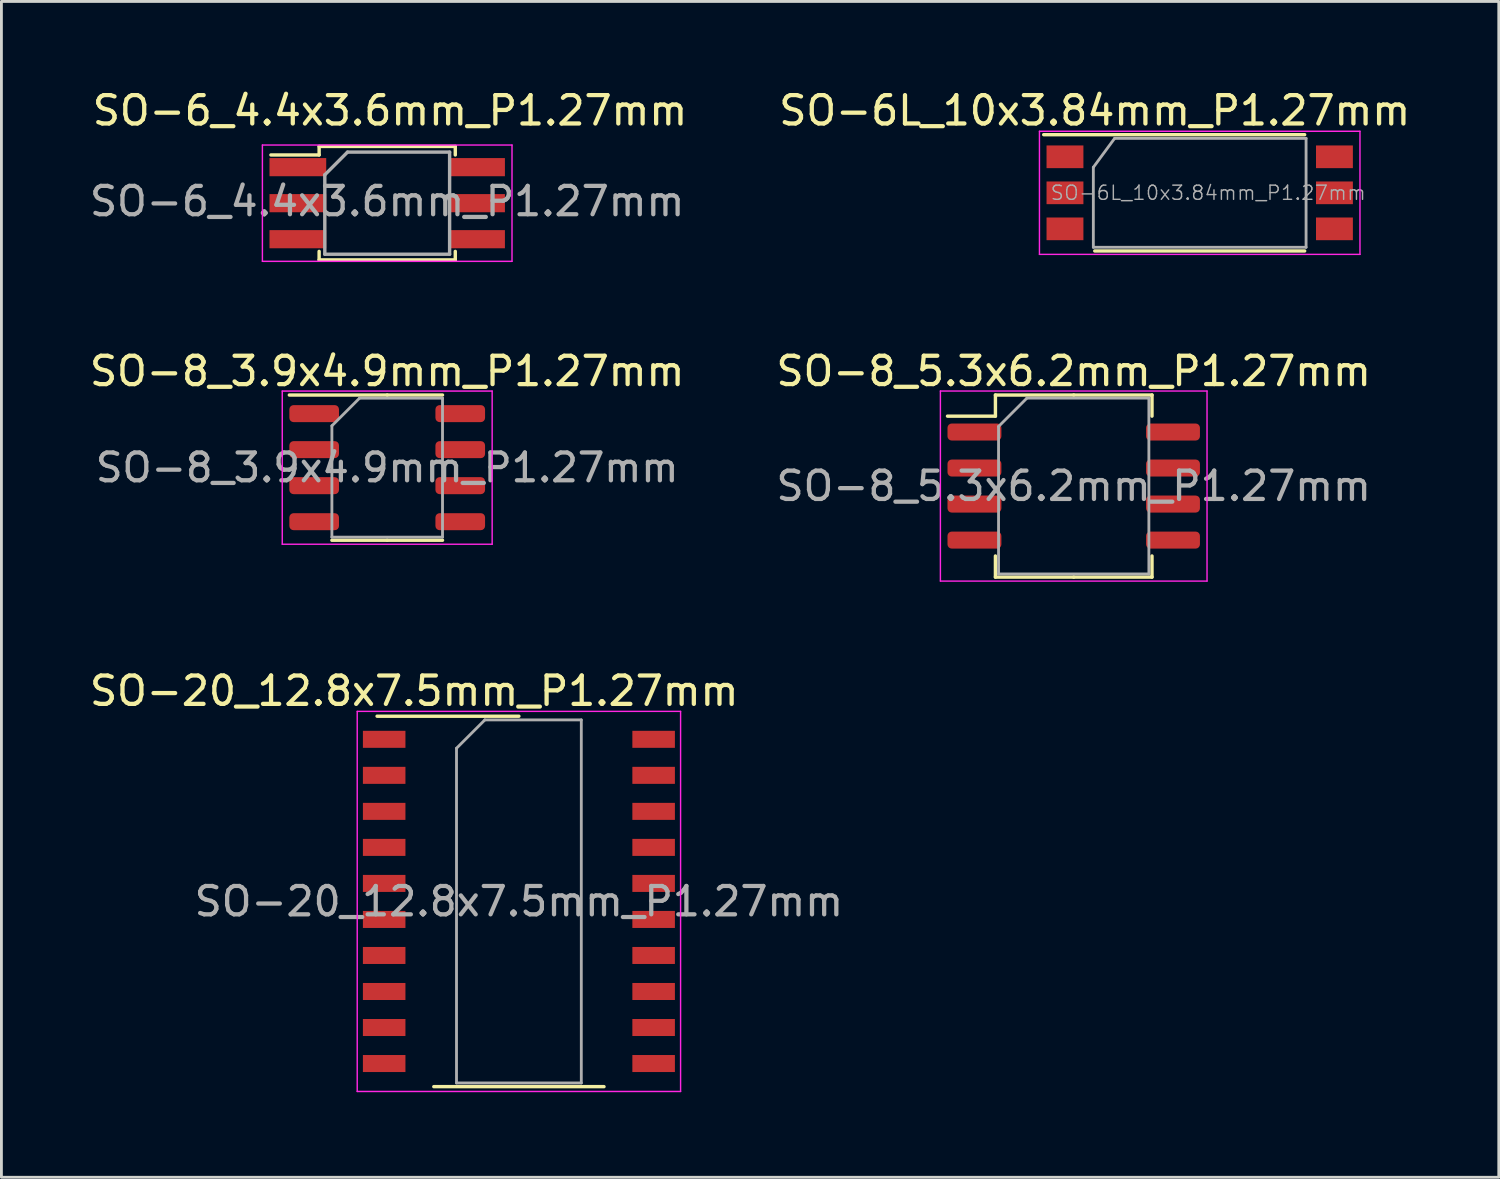
<source format=kicad_pcb>
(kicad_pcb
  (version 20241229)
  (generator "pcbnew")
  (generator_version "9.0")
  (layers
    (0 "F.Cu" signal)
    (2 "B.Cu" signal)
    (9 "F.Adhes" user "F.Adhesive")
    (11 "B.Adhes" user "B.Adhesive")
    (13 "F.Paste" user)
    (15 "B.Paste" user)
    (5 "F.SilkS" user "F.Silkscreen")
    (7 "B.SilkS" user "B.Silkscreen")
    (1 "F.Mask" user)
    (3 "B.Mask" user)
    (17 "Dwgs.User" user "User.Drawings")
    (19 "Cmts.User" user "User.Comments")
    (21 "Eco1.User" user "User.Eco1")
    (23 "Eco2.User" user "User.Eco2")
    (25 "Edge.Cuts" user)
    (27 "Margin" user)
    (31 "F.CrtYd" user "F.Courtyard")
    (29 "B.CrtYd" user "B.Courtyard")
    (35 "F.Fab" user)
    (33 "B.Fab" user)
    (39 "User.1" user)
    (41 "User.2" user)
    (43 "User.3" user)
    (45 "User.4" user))
  (footprint "SO-8_3.9x4.9mm_P1.27mm"
    (layer "F.Cu")
    (at 10.601 13.437)
    (property "Reference" "SO-8_3.9x4.9mm_P1.27mm" (at 0 -3.4 0) (layer "F.SilkS") (effects (font (size 1 1) (thickness 0.15))))
    (attr smd)
    (fp_line (start 0 -2.56) (end -3.45 -2.56) (stroke (width 0.12) (type solid)) (layer "F.SilkS"))
    (fp_line (start 0 -2.56) (end 1.95 -2.56) (stroke (width 0.12) (type solid)) (layer "F.SilkS"))
    (fp_line (start 0 2.56) (end -1.95 2.56) (stroke (width 0.12) (type solid)) (layer "F.SilkS"))
    (fp_line (start 0 2.56) (end 1.95 2.56) (stroke (width 0.12) (type solid)) (layer "F.SilkS"))
    (fp_line (start -3.7 -2.7) (end -3.7 2.7) (stroke (width 0.05) (type solid)) (layer "F.CrtYd"))
    (fp_line (start -3.7 2.7) (end 3.7 2.7) (stroke (width 0.05) (type solid)) (layer "F.CrtYd"))
    (fp_line (start 3.7 -2.7) (end -3.7 -2.7) (stroke (width 0.05) (type solid)) (layer "F.CrtYd"))
    (fp_line (start 3.7 2.7) (end 3.7 -2.7) (stroke (width 0.05) (type solid)) (layer "F.CrtYd"))
    (fp_line (start -1.95 -1.475) (end -0.975 -2.45) (stroke (width 0.1) (type solid)) (layer "F.Fab"))
    (fp_line (start -1.95 2.45) (end -1.95 -1.475) (stroke (width 0.1) (type solid)) (layer "F.Fab"))
    (fp_line (start -0.975 -2.45) (end 1.95 -2.45) (stroke (width 0.1) (type solid)) (layer "F.Fab"))
    (fp_line (start 1.95 -2.45) (end 1.95 2.45) (stroke (width 0.1) (type solid)) (layer "F.Fab"))
    (fp_line (start 1.95 2.45) (end -1.95 2.45) (stroke (width 0.1) (type solid)) (layer "F.Fab"))
    (fp_text user "${REFERENCE}" (at 0 0 0) (layer "F.Fab") (effects (font (size 0.98 0.98) (thickness 0.15))))
    (pad "1" smd roundrect (at -2.575 -1.905) (size 1.75 0.6) (layers "F.Cu" "F.Mask" "F.Paste") (roundrect_rratio 0.25))
    (pad "2" smd roundrect (at -2.575 -0.635) (size 1.75 0.6) (layers "F.Cu" "F.Mask" "F.Paste") (roundrect_rratio 0.25))
    (pad "3" smd roundrect (at -2.575 0.635) (size 1.75 0.6) (layers "F.Cu" "F.Mask" "F.Paste") (roundrect_rratio 0.25))
    (pad "4" smd roundrect (at -2.575 1.905) (size 1.75 0.6) (layers "F.Cu" "F.Mask" "F.Paste") (roundrect_rratio 0.25))
    (pad "5" smd roundrect (at 2.575 1.905) (size 1.75 0.6) (layers "F.Cu" "F.Mask" "F.Paste") (roundrect_rratio 0.25))
    (pad "6" smd roundrect (at 2.575 0.635) (size 1.75 0.6) (layers "F.Cu" "F.Mask" "F.Paste") (roundrect_rratio 0.25))
    (pad "7" smd roundrect (at 2.575 -0.635) (size 1.75 0.6) (layers "F.Cu" "F.Mask" "F.Paste") (roundrect_rratio 0.25))
    (pad "8" smd roundrect (at 2.575 -1.905) (size 1.75 0.6) (layers "F.Cu" "F.Mask" "F.Paste") (roundrect_rratio 0.25)))
  (footprint "SO-20_12.8x7.5mm_P1.27mm"
    (layer "F.Cu")
    (at 15.244 28.73)
    (property "Reference" "SO-20_12.8x7.5mm_P1.27mm" (at -3.69 -7.42 0) (layer "F.SilkS") (effects (font (size 1 1) (thickness 0.15))))
    (attr smd)
    (fp_line (start -5 -6.53) (end 0 -6.53) (stroke (width 0.12) (type solid)) (layer "F.SilkS"))
    (fp_line (start -3 6.53) (end 3 6.53) (stroke (width 0.12) (type solid)) (layer "F.SilkS"))
    (fp_line (start -5.7 -6.7) (end 5.7 -6.7) (stroke (width 0.05) (type solid)) (layer "F.CrtYd"))
    (fp_line (start -5.7 6.7) (end -5.7 -6.7) (stroke (width 0.05) (type solid)) (layer "F.CrtYd"))
    (fp_line (start 5.7 -6.7) (end 5.7 6.7) (stroke (width 0.05) (type solid)) (layer "F.CrtYd"))
    (fp_line (start 5.7 6.7) (end -5.7 6.7) (stroke (width 0.05) (type solid)) (layer "F.CrtYd"))
    (fp_line (start -2.2 -5.4) (end -1.2 -6.4) (stroke (width 0.1) (type solid)) (layer "F.Fab"))
    (fp_line (start -2.2 6.4) (end -2.2 -5.4) (stroke (width 0.1) (type solid)) (layer "F.Fab"))
    (fp_line (start -1.2 -6.4) (end 2.2 -6.4) (stroke (width 0.1) (type solid)) (layer "F.Fab"))
    (fp_line (start 2.2 -6.4) (end 2.2 6.4) (stroke (width 0.1) (type solid)) (layer "F.Fab"))
    (fp_line (start 2.2 6.4) (end -2.2 6.4) (stroke (width 0.1) (type solid)) (layer "F.Fab"))
    (fp_text user "${REFERENCE}" (at 0 0 0) (layer "F.Fab") (effects (font (size 1 1) (thickness 0.15))))
    (pad "1" smd rect (at -4.75 -5.715) (size 1.5 0.6) (layers "F.Cu" "F.Mask" "F.Paste"))
    (pad "2" smd rect (at -4.75 -4.445) (size 1.5 0.6) (layers "F.Cu" "F.Mask" "F.Paste"))
    (pad "3" smd rect (at -4.75 -3.175) (size 1.5 0.6) (layers "F.Cu" "F.Mask" "F.Paste"))
    (pad "4" smd rect (at -4.75 -1.905) (size 1.5 0.6) (layers "F.Cu" "F.Mask" "F.Paste"))
    (pad "5" smd rect (at -4.75 -0.635) (size 1.5 0.6) (layers "F.Cu" "F.Mask" "F.Paste"))
    (pad "6" smd rect (at -4.75 0.635) (size 1.5 0.6) (layers "F.Cu" "F.Mask" "F.Paste"))
    (pad "7" smd rect (at -4.75 1.905) (size 1.5 0.6) (layers "F.Cu" "F.Mask" "F.Paste"))
    (pad "8" smd rect (at -4.75 3.175) (size 1.5 0.6) (layers "F.Cu" "F.Mask" "F.Paste"))
    (pad "9" smd rect (at -4.75 4.445) (size 1.5 0.6) (layers "F.Cu" "F.Mask" "F.Paste"))
    (pad "10" smd rect (at -4.75 5.715) (size 1.5 0.6) (layers "F.Cu" "F.Mask" "F.Paste"))
    (pad "11" smd rect (at 4.75 5.715) (size 1.5 0.6) (layers "F.Cu" "F.Mask" "F.Paste"))
    (pad "12" smd rect (at 4.75 4.445) (size 1.5 0.6) (layers "F.Cu" "F.Mask" "F.Paste"))
    (pad "13" smd rect (at 4.75 3.175) (size 1.5 0.6) (layers "F.Cu" "F.Mask" "F.Paste"))
    (pad "14" smd rect (at 4.75 1.905) (size 1.5 0.6) (layers "F.Cu" "F.Mask" "F.Paste"))
    (pad "15" smd rect (at 4.75 0.635) (size 1.5 0.6) (layers "F.Cu" "F.Mask" "F.Paste"))
    (pad "16" smd rect (at 4.75 -0.635) (size 1.5 0.6) (layers "F.Cu" "F.Mask" "F.Paste"))
    (pad "17" smd rect (at 4.75 -1.905) (size 1.5 0.6) (layers "F.Cu" "F.Mask" "F.Paste"))
    (pad "18" smd rect (at 4.75 -3.175) (size 1.5 0.6) (layers "F.Cu" "F.Mask" "F.Paste"))
    (pad "19" smd rect (at 4.75 -4.445) (size 1.5 0.6) (layers "F.Cu" "F.Mask" "F.Paste"))
    (pad "20" smd rect (at 4.75 -5.715) (size 1.5 0.6) (layers "F.Cu" "F.Mask" "F.Paste")))
  (footprint "SO-8_5.3x6.2mm_P1.27mm"
    (layer "F.Cu")
    (at 34.804 14.086)
    (property "Reference" "SO-8_5.3x6.2mm_P1.27mm" (at 0 -4.05 0) (layer "F.SilkS") (effects (font (size 1 1) (thickness 0.15))))
    (attr smd)
    (fp_line (start -2.76 -3.21) (end -2.76 -2.465) (stroke (width 0.12) (type solid)) (layer "F.SilkS"))
    (fp_line (start -2.76 -2.465) (end -4.45 -2.465) (stroke (width 0.12) (type solid)) (layer "F.SilkS"))
    (fp_line (start -2.76 3.21) (end -2.76 2.465) (stroke (width 0.12) (type solid)) (layer "F.SilkS"))
    (fp_line (start 0 -3.21) (end -2.76 -3.21) (stroke (width 0.12) (type solid)) (layer "F.SilkS"))
    (fp_line (start 0 -3.21) (end 2.76 -3.21) (stroke (width 0.12) (type solid)) (layer "F.SilkS"))
    (fp_line (start 0 3.21) (end -2.76 3.21) (stroke (width 0.12) (type solid)) (layer "F.SilkS"))
    (fp_line (start 0 3.21) (end 2.76 3.21) (stroke (width 0.12) (type solid)) (layer "F.SilkS"))
    (fp_line (start 2.76 -3.21) (end 2.76 -2.465) (stroke (width 0.12) (type solid)) (layer "F.SilkS"))
    (fp_line (start 2.76 3.21) (end 2.76 2.465) (stroke (width 0.12) (type solid)) (layer "F.SilkS"))
    (fp_line (start -4.7 -3.35) (end -4.7 3.35) (stroke (width 0.05) (type solid)) (layer "F.CrtYd"))
    (fp_line (start -4.7 3.35) (end 4.7 3.35) (stroke (width 0.05) (type solid)) (layer "F.CrtYd"))
    (fp_line (start 4.7 -3.35) (end -4.7 -3.35) (stroke (width 0.05) (type solid)) (layer "F.CrtYd"))
    (fp_line (start 4.7 3.35) (end 4.7 -3.35) (stroke (width 0.05) (type solid)) (layer "F.CrtYd"))
    (fp_line (start -2.65 -2.1) (end -1.65 -3.1) (stroke (width 0.1) (type solid)) (layer "F.Fab"))
    (fp_line (start -2.65 3.1) (end -2.65 -2.1) (stroke (width 0.1) (type solid)) (layer "F.Fab"))
    (fp_line (start -1.65 -3.1) (end 2.65 -3.1) (stroke (width 0.1) (type solid)) (layer "F.Fab"))
    (fp_line (start 2.65 -3.1) (end 2.65 3.1) (stroke (width 0.1) (type solid)) (layer "F.Fab"))
    (fp_line (start 2.65 3.1) (end -2.65 3.1) (stroke (width 0.1) (type solid)) (layer "F.Fab"))
    (fp_text user "${REFERENCE}" (at 0 0 0) (layer "F.Fab") (effects (font (size 1 1) (thickness 0.15))))
    (pad "1" smd roundrect (at -3.5 -1.905) (size 1.9 0.6) (layers "F.Cu" "F.Mask" "F.Paste") (roundrect_rratio 0.25))
    (pad "2" smd roundrect (at -3.5 -0.635) (size 1.9 0.6) (layers "F.Cu" "F.Mask" "F.Paste") (roundrect_rratio 0.25))
    (pad "3" smd roundrect (at -3.5 0.635) (size 1.9 0.6) (layers "F.Cu" "F.Mask" "F.Paste") (roundrect_rratio 0.25))
    (pad "4" smd roundrect (at -3.5 1.905) (size 1.9 0.6) (layers "F.Cu" "F.Mask" "F.Paste") (roundrect_rratio 0.25))
    (pad "5" smd roundrect (at 3.5 1.905) (size 1.9 0.6) (layers "F.Cu" "F.Mask" "F.Paste") (roundrect_rratio 0.25))
    (pad "6" smd roundrect (at 3.5 0.635) (size 1.9 0.6) (layers "F.Cu" "F.Mask" "F.Paste") (roundrect_rratio 0.25))
    (pad "7" smd roundrect (at 3.5 -0.635) (size 1.9 0.6) (layers "F.Cu" "F.Mask" "F.Paste") (roundrect_rratio 0.25))
    (pad "8" smd roundrect (at 3.5 -1.905) (size 1.9 0.6) (layers "F.Cu" "F.Mask" "F.Paste") (roundrect_rratio 0.25)))
  (footprint "SO-6L_10x3.84mm_P1.27mm"
    (layer "F.Cu")
    (at 39.246 3.748)
    (property "Reference" "SO-6L_10x3.84mm_P1.27mm" (at -3.7 -2.9 0) (layer "F.SilkS") (effects (font (size 1 1) (thickness 0.15))))
    (attr smd)
    (fp_line (start -5.5 -2.05) (end 3.7 -2.05) (stroke (width 0.12) (type solid)) (layer "F.SilkS"))
    (fp_line (start -3.7 2.05) (end 3.7 2.05) (stroke (width 0.12) (type solid)) (layer "F.SilkS"))
    (fp_line (start -5.65 -2.17) (end -5.65 2.17) (stroke (width 0.05) (type solid)) (layer "F.CrtYd"))
    (fp_line (start -5.65 2.17) (end 5.65 2.17) (stroke (width 0.05) (type solid)) (layer "F.CrtYd"))
    (fp_line (start 5.65 -2.17) (end -5.65 -2.17) (stroke (width 0.05) (type solid)) (layer "F.CrtYd"))
    (fp_line (start 5.65 2.17) (end 5.65 -2.17) (stroke (width 0.05) (type solid)) (layer "F.CrtYd"))
    (fp_line (start -3.75 -0.9) (end -3 -1.92) (stroke (width 0.1) (type solid)) (layer "F.Fab"))
    (fp_line (start -3.75 1.92) (end -3.75 -0.9) (stroke (width 0.1) (type solid)) (layer "F.Fab"))
    (fp_line (start -3.75 1.92) (end 3.75 1.92) (stroke (width 0.1) (type solid)) (layer "F.Fab"))
    (fp_line (start -3 -1.92) (end 3.75 -1.92) (stroke (width 0.1) (type solid)) (layer "F.Fab"))
    (fp_line (start 3.75 1.92) (end 3.75 -1.92) (stroke (width 0.1) (type solid)) (layer "F.Fab"))
    (fp_text user "${REFERENCE}" (at 0.3 0 180) (layer "F.Fab") (effects (font (size 0.5 0.5) (thickness 0.05))))
    (pad "1" smd rect (at -4.75 -1.27 90) (size 0.8 1.3) (layers "F.Cu" "F.Mask" "F.Paste"))
    (pad "2" smd rect (at -4.75 0 90) (size 0.8 1.3) (layers "F.Cu" "F.Mask" "F.Paste"))
    (pad "3" smd rect (at -4.75 1.27 90) (size 0.8 1.3) (layers "F.Cu" "F.Mask" "F.Paste"))
    (pad "4" smd rect (at 4.75 1.27 90) (size 0.8 1.3) (layers "F.Cu" "F.Mask" "F.Paste"))
    (pad "5" smd rect (at 4.75 0 90) (size 0.8 1.3) (layers "F.Cu" "F.Mask" "F.Paste"))
    (pad "6" smd rect (at 4.75 -1.27 90) (size 0.8 1.3) (layers "F.Cu" "F.Mask" "F.Paste")))
  (footprint "SO-6_4.4x3.6mm_P1.27mm"
    (layer "F.Cu")
    (at 10.601 4.113)
    (property "Reference" "SO-6_4.4x3.6mm_P1.27mm" (at 0.1 -3.265 0) (layer "F.SilkS") (effects (font (size 1 1) (thickness 0.15))))
    (attr smd)
    (fp_line (start -2.4 -2) (end 2.4 -2) (stroke (width 0.12) (type solid)) (layer "F.SilkS"))
    (fp_line (start -2.4 -1.7) (end -4.1 -1.7) (stroke (width 0.12) (type solid)) (layer "F.SilkS"))
    (fp_line (start -2.4 -1.7) (end -2.4 -2) (stroke (width 0.12) (type solid)) (layer "F.SilkS"))
    (fp_line (start -2.4 2) (end -2.4 1.7) (stroke (width 0.12) (type solid)) (layer "F.SilkS"))
    (fp_line (start 2.4 -2) (end 2.4 -1.7) (stroke (width 0.12) (type solid)) (layer "F.SilkS"))
    (fp_line (start 2.4 1.7) (end 2.4 2) (stroke (width 0.12) (type solid)) (layer "F.SilkS"))
    (fp_line (start 2.4 2) (end -2.4 2) (stroke (width 0.12) (type solid)) (layer "F.SilkS"))
    (fp_line (start -4.4 -2.05) (end -4.4 2.05) (stroke (width 0.05) (type solid)) (layer "F.CrtYd"))
    (fp_line (start -4.4 -2.05) (end 4.4 -2.05) (stroke (width 0.05) (type solid)) (layer "F.CrtYd"))
    (fp_line (start 4.4 2.05) (end -4.4 2.05) (stroke (width 0.05) (type solid)) (layer "F.CrtYd"))
    (fp_line (start 4.4 2.05) (end 4.4 -2.05) (stroke (width 0.05) (type solid)) (layer "F.CrtYd"))
    (fp_line (start -2.2 -1) (end -1.4 -1.8) (stroke (width 0.12) (type solid)) (layer "F.Fab"))
    (fp_line (start -2.2 1.8) (end -2.2 -1) (stroke (width 0.12) (type solid)) (layer "F.Fab"))
    (fp_line (start -1.4 -1.8) (end 2.2 -1.8) (stroke (width 0.12) (type solid)) (layer "F.Fab"))
    (fp_line (start 2.2 -1.8) (end 2.2 1.8) (stroke (width 0.12) (type solid)) (layer "F.Fab"))
    (fp_line (start 2.2 1.8) (end -2.2 1.8) (stroke (width 0.12) (type solid)) (layer "F.Fab"))
    (fp_text user "${REFERENCE}" (at 0 -0.065 0) (layer "F.Fab") (effects (font (size 1 1) (thickness 0.15))))
    (pad "1" smd rect (at -3.15 -1.27) (size 2 0.64) (layers "F.Cu" "F.Mask" "F.Paste"))
    (pad "2" smd rect (at -3.15 0) (size 2 0.64) (layers "F.Cu" "F.Mask" "F.Paste"))
    (pad "3" smd rect (at -3.15 1.27) (size 2 0.64) (layers "F.Cu" "F.Mask" "F.Paste"))
    (pad "4" smd rect (at 3.15 1.27) (size 2 0.64) (layers "F.Cu" "F.Mask" "F.Paste"))
    (pad "5" smd rect (at 3.15 0) (size 2 0.64) (layers "F.Cu" "F.Mask" "F.Paste"))
    (pad "6" smd rect (at 3.15 -1.27) (size 2 0.64) (layers "F.Cu" "F.Mask" "F.Paste")))
  (gr_rect
    (start -3 -3)
    (end 49.79 38.455)
    (stroke (width 0.1) (type default))
    (fill no)
    (layer "Edge.Cuts")))
</source>
